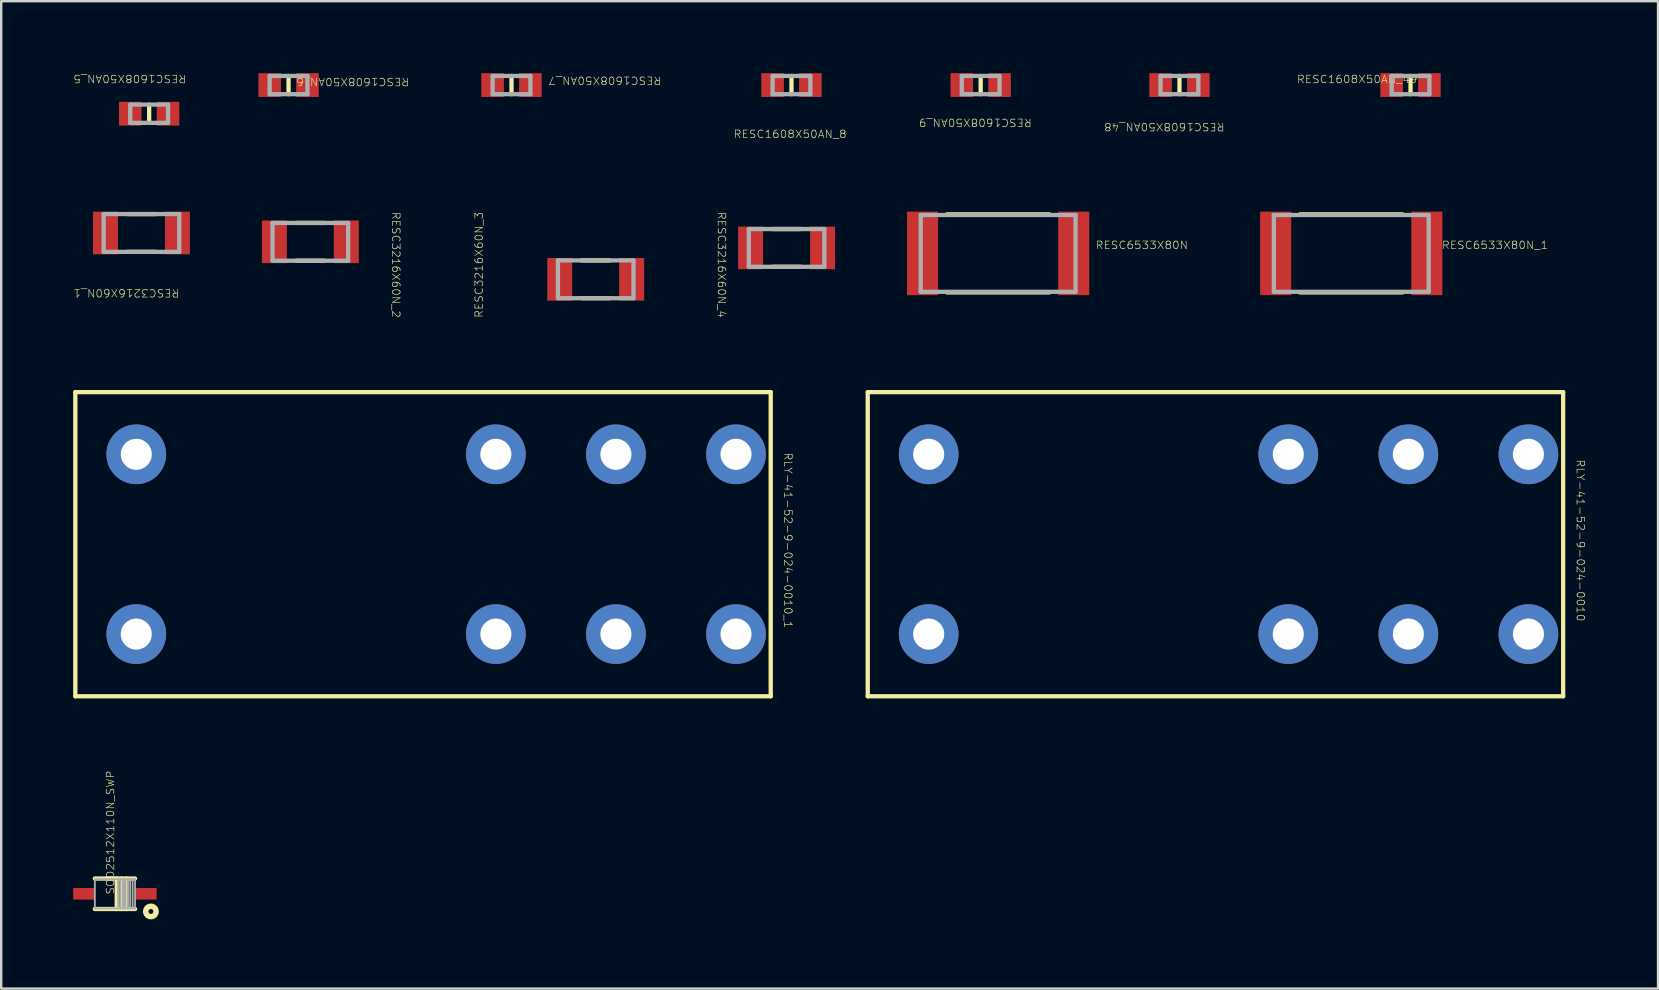
<source format=kicad_pcb>
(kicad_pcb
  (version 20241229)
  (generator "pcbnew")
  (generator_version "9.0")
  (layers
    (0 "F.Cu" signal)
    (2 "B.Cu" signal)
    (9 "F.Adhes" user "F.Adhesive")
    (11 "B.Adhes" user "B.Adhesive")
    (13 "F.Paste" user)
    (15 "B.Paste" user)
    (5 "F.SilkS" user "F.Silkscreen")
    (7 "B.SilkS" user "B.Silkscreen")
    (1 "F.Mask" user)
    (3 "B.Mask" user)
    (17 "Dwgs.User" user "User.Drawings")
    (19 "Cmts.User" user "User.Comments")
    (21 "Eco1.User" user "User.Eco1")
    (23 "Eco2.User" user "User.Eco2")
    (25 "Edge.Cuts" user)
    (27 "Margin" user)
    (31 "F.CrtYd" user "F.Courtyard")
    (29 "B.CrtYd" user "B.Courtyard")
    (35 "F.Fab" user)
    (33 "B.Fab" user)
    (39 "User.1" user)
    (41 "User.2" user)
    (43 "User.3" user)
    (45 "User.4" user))
  (footprint "RESC3216X60N_1"
    (layer "F.Cu")
    (at 2.845 6.659)
    (property "Reference" "RESC3216X60N_1" (at -0.629 2.502 180) (unlocked yes) (layer "F.SilkS") (effects (font (size 0.317 0.333) (thickness 0.025))))
    (attr smd)
    (fp_line (start 0.584 -0.787) (end -0.584 -0.787) (stroke (width 0.178) (type solid)) (layer "F.SilkS"))
    (fp_line (start 0.584 0.787) (end -0.584 0.787) (stroke (width 0.178) (type solid)) (layer "F.SilkS"))
    (fp_line (start -1.575 -0.787) (end -1.575 0.787) (stroke (width 0.178) (type solid)) (layer "F.Fab"))
    (fp_line (start 1.575 -0.787) (end -1.575 -0.787) (stroke (width 0.178) (type solid)) (layer "F.Fab"))
    (fp_line (start 1.575 -0.787) (end 1.575 0.787) (stroke (width 0.178) (type solid)) (layer "F.Fab"))
    (fp_line (start 1.575 0.787) (end -1.575 0.787) (stroke (width 0.178) (type solid)) (layer "F.Fab"))
    (pad "1" smd rect (at 1.499 0 90) (size 1.778 1.041) (layers "F.Cu" "F.Mask" "F.Paste"))
    (pad "2" smd rect (at -1.499 0 90) (size 1.778 1.041) (layers "F.Cu" "F.Mask" "F.Paste")))
  (footprint "RESC3216X60N_4"
    (layer "F.Cu")
    (at 29.731 7.282)
    (property "Reference" "RESC3216X60N_4" (at -2.705 0.705 270) (unlocked yes) (layer "F.SilkS") (effects (font (size 0.317 0.333) (thickness 0.025))))
    (attr smd)
    (fp_line (start 0.584 -0.787) (end -0.584 -0.787) (stroke (width 0.178) (type solid)) (layer "F.SilkS"))
    (fp_line (start 0.584 0.787) (end -0.584 0.787) (stroke (width 0.178) (type solid)) (layer "F.SilkS"))
    (fp_line (start -1.575 -0.787) (end -1.575 0.787) (stroke (width 0.178) (type solid)) (layer "F.Fab"))
    (fp_line (start 1.575 -0.787) (end -1.575 -0.787) (stroke (width 0.178) (type solid)) (layer "F.Fab"))
    (fp_line (start 1.575 -0.787) (end 1.575 0.787) (stroke (width 0.178) (type solid)) (layer "F.Fab"))
    (fp_line (start 1.575 0.787) (end -1.575 0.787) (stroke (width 0.178) (type solid)) (layer "F.Fab"))
    (pad "1" smd rect (at 1.499 0 90) (size 1.778 1.041) (layers "F.Cu" "F.Mask" "F.Paste"))
    (pad "2" smd rect (at -1.499 0 90) (size 1.778 1.041) (layers "F.Cu" "F.Mask" "F.Paste")))
  (footprint "RLY-41-52-9-024-0010"
    (layer "F.Cu")
    (at 35.653 23.376)
    (property "Reference" "RLY-41-52-9-024-0010" (at 27.165 -3.905 270) (unlocked yes) (layer "F.SilkS") (effects (font (size 0.317 0.333) (thickness 0.025))))
    (attr smd)
    (fp_line (start -2.54 -10.084) (end 26.441 -10.084) (stroke (width 0.178) (type solid)) (layer "F.SilkS"))
    (fp_line (start -2.54 2.591) (end -2.54 -10.084) (stroke (width 0.178) (type solid)) (layer "F.SilkS"))
    (fp_line (start -2.54 2.591) (end 26.441 2.591) (stroke (width 0.178) (type solid)) (layer "F.SilkS"))
    (fp_line (start 26.441 2.591) (end 26.441 -10.084) (stroke (width 0.178) (type solid)) (layer "F.SilkS"))
    (pad "11" thru_hole circle (at 19.99 0) (size 2.489 2.489) (drill 1.295) (layers "*.Cu" "*.Mask"))
    (pad "12" thru_hole circle (at 14.986 0) (size 2.489 2.489) (drill 1.295) (layers "*.Cu" "*.Mask"))
    (pad "14" thru_hole circle (at 24.994 0) (size 2.489 2.489) (drill 1.295) (layers "*.Cu" "*.Mask"))
    (pad "21" thru_hole circle (at 19.99 -7.493) (size 2.489 2.489) (drill 1.295) (layers "*.Cu" "*.Mask"))
    (pad "22" thru_hole circle (at 14.986 -7.493) (size 2.489 2.489) (drill 1.295) (layers "*.Cu" "*.Mask"))
    (pad "24" thru_hole circle (at 24.994 -7.493) (size 2.489 2.489) (drill 1.295) (layers "*.Cu" "*.Mask"))
    (pad "A1" thru_hole circle (at 0 0) (size 2.489 2.489) (drill 1.295) (layers "*.Cu" "*.Mask"))
    (pad "A2" thru_hole circle (at 0 -7.493) (size 2.489 2.489) (drill 1.295) (layers "*.Cu" "*.Mask")))
  (footprint "RESC1608X50AN_7"
    (layer "F.Cu")
    (at 18.267 0.495)
    (property "Reference" "RESC1608X50AN_7" (at 3.893 -0.191 180) (unlocked yes) (layer "F.SilkS") (effects (font (size 0.317 0.333) (thickness 0.025))))
    (attr smd)
    (fp_line (start 0 -0.381) (end 0 0.381) (stroke (width 0.178) (type solid)) (layer "F.SilkS"))
    (fp_line (start -0.787 -0.381) (end -0.787 0.381) (stroke (width 0.178) (type solid)) (layer "F.Fab"))
    (fp_line (start 0.787 -0.381) (end -0.787 -0.381) (stroke (width 0.178) (type solid)) (layer "F.Fab"))
    (fp_line (start 0.787 -0.381) (end 0.787 0.381) (stroke (width 0.178) (type solid)) (layer "F.Fab"))
    (fp_line (start 0.787 0.381) (end -0.787 0.381) (stroke (width 0.178) (type solid)) (layer "F.Fab"))
    (pad "1" smd rect (at 0.787 0 90) (size 0.991 0.94) (layers "F.Cu" "F.Mask" "F.Paste"))
    (pad "2" smd rect (at -0.787 0 90) (size 0.991 0.94) (layers "F.Cu" "F.Mask" "F.Paste")))
  (footprint "RESC1608X50AN_6"
    (layer "F.Cu")
    (at 8.976 0.495)
    (property "Reference" "RESC1608X50AN_6" (at 2.673 -0.14 180) (unlocked yes) (layer "F.SilkS") (effects (font (size 0.317 0.333) (thickness 0.025))))
    (attr smd)
    (fp_line (start 0 -0.381) (end 0 0.381) (stroke (width 0.178) (type solid)) (layer "F.SilkS"))
    (fp_line (start -0.787 -0.381) (end -0.787 0.381) (stroke (width 0.178) (type solid)) (layer "F.Fab"))
    (fp_line (start 0.787 -0.381) (end -0.787 -0.381) (stroke (width 0.178) (type solid)) (layer "F.Fab"))
    (fp_line (start 0.787 -0.381) (end 0.787 0.381) (stroke (width 0.178) (type solid)) (layer "F.Fab"))
    (fp_line (start 0.787 0.381) (end -0.787 0.381) (stroke (width 0.178) (type solid)) (layer "F.Fab"))
    (pad "1" smd rect (at 0.787 0 90) (size 0.991 0.94) (layers "F.Cu" "F.Mask" "F.Paste"))
    (pad "2" smd rect (at -0.787 0 90) (size 0.991 0.94) (layers "F.Cu" "F.Mask" "F.Paste")))
  (footprint "RLY-41-52-9-024-0010_1"
    (layer "F.Cu")
    (at 2.629 23.376)
    (property "Reference" "RLY-41-52-9-024-0010_1" (at 27.165 -3.905 270) (unlocked yes) (layer "F.SilkS") (effects (font (size 0.317 0.333) (thickness 0.025))))
    (attr smd)
    (fp_line (start -2.54 -10.084) (end 26.441 -10.084) (stroke (width 0.178) (type solid)) (layer "F.SilkS"))
    (fp_line (start -2.54 2.591) (end -2.54 -10.084) (stroke (width 0.178) (type solid)) (layer "F.SilkS"))
    (fp_line (start -2.54 2.591) (end 26.441 2.591) (stroke (width 0.178) (type solid)) (layer "F.SilkS"))
    (fp_line (start 26.441 2.591) (end 26.441 -10.084) (stroke (width 0.178) (type solid)) (layer "F.SilkS"))
    (pad "11" thru_hole circle (at 19.99 0) (size 2.489 2.489) (drill 1.295) (layers "*.Cu" "*.Mask"))
    (pad "12" thru_hole circle (at 14.986 0) (size 2.489 2.489) (drill 1.295) (layers "*.Cu" "*.Mask"))
    (pad "14" thru_hole circle (at 24.994 0) (size 2.489 2.489) (drill 1.295) (layers "*.Cu" "*.Mask"))
    (pad "21" thru_hole circle (at 19.99 -7.493) (size 2.489 2.489) (drill 1.295) (layers "*.Cu" "*.Mask"))
    (pad "22" thru_hole circle (at 14.986 -7.493) (size 2.489 2.489) (drill 1.295) (layers "*.Cu" "*.Mask"))
    (pad "24" thru_hole circle (at 24.994 -7.493) (size 2.489 2.489) (drill 1.295) (layers "*.Cu" "*.Mask"))
    (pad "A1" thru_hole circle (at 0 0) (size 2.489 2.489) (drill 1.295) (layers "*.Cu" "*.Mask"))
    (pad "A2" thru_hole circle (at 0 -7.493) (size 2.489 2.489) (drill 1.295) (layers "*.Cu" "*.Mask")))
  (footprint "RESC1608X50AN_49"
    (layer "F.Cu")
    (at 55.734 0.495)
    (property "Reference" "RESC1608X50AN_49" (at -2.223 -0.241 0) (unlocked yes) (layer "F.SilkS") (effects (font (size 0.317 0.333) (thickness 0.025))))
    (attr smd)
    (fp_line (start 0 -0.381) (end 0 0.381) (stroke (width 0.178) (type solid)) (layer "F.SilkS"))
    (fp_line (start -0.787 -0.381) (end -0.787 0.381) (stroke (width 0.178) (type solid)) (layer "F.Fab"))
    (fp_line (start 0.787 -0.381) (end -0.787 -0.381) (stroke (width 0.178) (type solid)) (layer "F.Fab"))
    (fp_line (start 0.787 -0.381) (end 0.787 0.381) (stroke (width 0.178) (type solid)) (layer "F.Fab"))
    (fp_line (start 0.787 0.381) (end -0.787 0.381) (stroke (width 0.178) (type solid)) (layer "F.Fab"))
    (pad "1" smd rect (at 0.787 0 90) (size 0.991 0.94) (layers "F.Cu" "F.Mask" "F.Paste"))
    (pad "2" smd rect (at -0.787 0 90) (size 0.991 0.94) (layers "F.Cu" "F.Mask" "F.Paste")))
  (footprint "RESC3216X60N_3"
    (layer "F.Cu")
    (at 21.776 8.59)
    (property "Reference" "RESC3216X60N_3" (at -4.864 -0.603 90) (unlocked yes) (layer "F.SilkS") (effects (font (size 0.317 0.333) (thickness 0.025))))
    (attr smd)
    (fp_line (start 0.584 -0.787) (end -0.584 -0.787) (stroke (width 0.178) (type solid)) (layer "F.SilkS"))
    (fp_line (start 0.584 0.787) (end -0.584 0.787) (stroke (width 0.178) (type solid)) (layer "F.SilkS"))
    (fp_line (start -1.575 -0.787) (end -1.575 0.787) (stroke (width 0.178) (type solid)) (layer "F.Fab"))
    (fp_line (start 1.575 -0.787) (end -1.575 -0.787) (stroke (width 0.178) (type solid)) (layer "F.Fab"))
    (fp_line (start 1.575 -0.787) (end 1.575 0.787) (stroke (width 0.178) (type solid)) (layer "F.Fab"))
    (fp_line (start 1.575 0.787) (end -1.575 0.787) (stroke (width 0.178) (type solid)) (layer "F.Fab"))
    (pad "1" smd rect (at 1.499 0 90) (size 1.778 1.041) (layers "F.Cu" "F.Mask" "F.Paste"))
    (pad "2" smd rect (at -1.499 0 90) (size 1.778 1.041) (layers "F.Cu" "F.Mask" "F.Paste")))
  (footprint "RESC1608X50AN_5"
    (layer "F.Cu")
    (at 3.166 1.69)
    (property "Reference" "RESC1608X50AN_5" (at -0.806 -1.46 180) (unlocked yes) (layer "F.SilkS") (effects (font (size 0.317 0.333) (thickness 0.025))))
    (attr smd)
    (fp_line (start 0 -0.381) (end 0 0.381) (stroke (width 0.178) (type solid)) (layer "F.SilkS"))
    (fp_line (start -0.787 -0.381) (end -0.787 0.381) (stroke (width 0.178) (type solid)) (layer "F.Fab"))
    (fp_line (start 0.787 -0.381) (end -0.787 -0.381) (stroke (width 0.178) (type solid)) (layer "F.Fab"))
    (fp_line (start 0.787 -0.381) (end 0.787 0.381) (stroke (width 0.178) (type solid)) (layer "F.Fab"))
    (fp_line (start 0.787 0.381) (end -0.787 0.381) (stroke (width 0.178) (type solid)) (layer "F.Fab"))
    (pad "1" smd rect (at 0.787 0 90) (size 0.991 0.94) (layers "F.Cu" "F.Mask" "F.Paste"))
    (pad "2" smd rect (at -0.787 0 90) (size 0.991 0.94) (layers "F.Cu" "F.Mask" "F.Paste")))
  (footprint "RESC1608X50AN_9"
    (layer "F.Cu")
    (at 37.82 0.495)
    (property "Reference" "RESC1608X50AN_9" (at -0.222 1.562 180) (unlocked yes) (layer "F.SilkS") (effects (font (size 0.317 0.333) (thickness 0.025))))
    (attr smd)
    (fp_line (start 0 -0.381) (end 0 0.381) (stroke (width 0.178) (type solid)) (layer "F.SilkS"))
    (fp_line (start -0.787 -0.381) (end -0.787 0.381) (stroke (width 0.178) (type solid)) (layer "F.Fab"))
    (fp_line (start 0.787 -0.381) (end -0.787 -0.381) (stroke (width 0.178) (type solid)) (layer "F.Fab"))
    (fp_line (start 0.787 -0.381) (end 0.787 0.381) (stroke (width 0.178) (type solid)) (layer "F.Fab"))
    (fp_line (start 0.787 0.381) (end -0.787 0.381) (stroke (width 0.178) (type solid)) (layer "F.Fab"))
    (pad "1" smd rect (at 0.787 0 90) (size 0.991 0.94) (layers "F.Cu" "F.Mask" "F.Paste"))
    (pad "2" smd rect (at -0.787 0 90) (size 0.991 0.94) (layers "F.Cu" "F.Mask" "F.Paste")))
  (footprint "SOD2512X110N_SWP"
    (layer "F.Cu")
    (at 1.74 34.198)
    (property "Reference" "SOD2512X110N_SWP" (at -0.191 -2.553 90) (unlocked yes) (layer "F.SilkS") (effects (font (size 0.317 0.333) (thickness 0.025))))
    (attr smd)
    (fp_line (start 0.076 -0.635) (end 0.076 0.635) (stroke (width 0.178) (type solid)) (layer "F.SilkS"))
    (fp_line (start 0.279 -0.635) (end 0.279 0.635) (stroke (width 0.178) (type solid)) (layer "F.SilkS"))
    (fp_line (start 0.483 -0.635) (end 0.483 0.635) (stroke (width 0.178) (type solid)) (layer "F.SilkS"))
    (fp_line (start 0.838 -0.635) (end -0.838 -0.635) (stroke (width 0.178) (type solid)) (layer "F.SilkS"))
    (fp_line (start 0.838 0.635) (end -0.838 0.635) (stroke (width 0.178) (type solid)) (layer "F.SilkS"))
    (fp_arc (start 1.397 0.7366) (mid 1.6002 0.7366) (end 1.397 0.7366) (stroke (width 0.2286) (type solid)) (layer "F.SilkS"))
    (fp_line (start -0.838 -0.61) (end -0.838 0.61) (stroke (width 0.076) (type solid)) (layer "F.Fab"))
    (fp_line (start 0.127 -0.61) (end 0.127 0.61) (stroke (width 0.076) (type solid)) (layer "F.Fab"))
    (fp_line (start 0.229 -0.61) (end 0.229 0.61) (stroke (width 0.076) (type solid)) (layer "F.Fab"))
    (fp_line (start 0.33 -0.61) (end 0.33 0.61) (stroke (width 0.076) (type solid)) (layer "F.Fab"))
    (fp_line (start 0.432 -0.61) (end 0.432 0.61) (stroke (width 0.076) (type solid)) (layer "F.Fab"))
    (fp_line (start 0.533 -0.61) (end 0.533 0.61) (stroke (width 0.076) (type solid)) (layer "F.Fab"))
    (fp_line (start 0.635 -0.61) (end 0.635 0.61) (stroke (width 0.076) (type solid)) (layer "F.Fab"))
    (fp_line (start 0.737 -0.61) (end 0.737 0.61) (stroke (width 0.076) (type solid)) (layer "F.Fab"))
    (fp_line (start 0.838 -0.61) (end -0.838 -0.61) (stroke (width 0.076) (type solid)) (layer "F.Fab"))
    (fp_line (start 0.838 -0.61) (end 0.838 0.61) (stroke (width 0.076) (type solid)) (layer "F.Fab"))
    (fp_line (start 0.838 0.61) (end -0.838 0.61) (stroke (width 0.076) (type solid)) (layer "F.Fab"))
    (pad "1" smd rect (at -1.295 0) (size 0.889 0.483) (layers "F.Cu" "F.Mask" "F.Paste"))
    (pad "2" smd rect (at 1.295 0) (size 0.889 0.483) (layers "F.Cu" "F.Mask" "F.Paste")))
  (footprint "RESC1608X50AN_8"
    (layer "F.Cu")
    (at 29.935 0.495)
    (property "Reference" "RESC1608X50AN_8" (at -0.057 2.045 0) (unlocked yes) (layer "F.SilkS") (effects (font (size 0.317 0.333) (thickness 0.025))))
    (attr smd)
    (fp_line (start 0 -0.381) (end 0 0.381) (stroke (width 0.178) (type solid)) (layer "F.SilkS"))
    (fp_line (start -0.787 -0.381) (end -0.787 0.381) (stroke (width 0.178) (type solid)) (layer "F.Fab"))
    (fp_line (start 0.787 -0.381) (end -0.787 -0.381) (stroke (width 0.178) (type solid)) (layer "F.Fab"))
    (fp_line (start 0.787 -0.381) (end 0.787 0.381) (stroke (width 0.178) (type solid)) (layer "F.Fab"))
    (fp_line (start 0.787 0.381) (end -0.787 0.381) (stroke (width 0.178) (type solid)) (layer "F.Fab"))
    (pad "1" smd rect (at 0.787 0 90) (size 0.991 0.94) (layers "F.Cu" "F.Mask" "F.Paste"))
    (pad "2" smd rect (at -0.787 0 90) (size 0.991 0.94) (layers "F.Cu" "F.Mask" "F.Paste")))
  (footprint "RESC6533X80N_1"
    (layer "F.Cu")
    (at 53.264 7.51)
    (property "Reference" "RESC6533X80N_1" (at 5.988 -0.343 0) (unlocked yes) (layer "F.SilkS") (effects (font (size 0.317 0.333) (thickness 0.025))))
    (attr smd)
    (fp_line (start 2.134 -1.626) (end -2.134 -1.626) (stroke (width 0.178) (type solid)) (layer "F.SilkS"))
    (fp_line (start 2.134 1.626) (end -2.134 1.626) (stroke (width 0.178) (type solid)) (layer "F.SilkS"))
    (fp_line (start -3.226 -1.6) (end -3.226 1.6) (stroke (width 0.178) (type solid)) (layer "F.Fab"))
    (fp_line (start 3.226 -1.6) (end -3.226 -1.6) (stroke (width 0.178) (type solid)) (layer "F.Fab"))
    (fp_line (start 3.226 -1.6) (end 3.226 1.6) (stroke (width 0.178) (type solid)) (layer "F.Fab"))
    (fp_line (start 3.226 1.6) (end -3.226 1.6) (stroke (width 0.178) (type solid)) (layer "F.Fab"))
    (pad "1" smd rect (at 3.15 0 90) (size 3.48 1.295) (layers "F.Cu" "F.Mask" "F.Paste"))
    (pad "2" smd rect (at -3.15 0 90) (size 3.48 1.295) (layers "F.Cu" "F.Mask" "F.Paste")))
  (footprint "RESC6533X80N"
    (layer "F.Cu")
    (at 38.547 7.51)
    (property "Reference" "RESC6533X80N" (at 5.988 -0.343 0) (unlocked yes) (layer "F.SilkS") (effects (font (size 0.317 0.333) (thickness 0.025))))
    (attr smd)
    (fp_line (start 2.134 -1.626) (end -2.134 -1.626) (stroke (width 0.178) (type solid)) (layer "F.SilkS"))
    (fp_line (start 2.134 1.626) (end -2.134 1.626) (stroke (width 0.178) (type solid)) (layer "F.SilkS"))
    (fp_line (start -3.226 -1.6) (end -3.226 1.6) (stroke (width 0.178) (type solid)) (layer "F.Fab"))
    (fp_line (start 3.226 -1.6) (end -3.226 -1.6) (stroke (width 0.178) (type solid)) (layer "F.Fab"))
    (fp_line (start 3.226 -1.6) (end 3.226 1.6) (stroke (width 0.178) (type solid)) (layer "F.Fab"))
    (fp_line (start 3.226 1.6) (end -3.226 1.6) (stroke (width 0.178) (type solid)) (layer "F.Fab"))
    (pad "1" smd rect (at 3.15 0 90) (size 3.48 1.295) (layers "F.Cu" "F.Mask" "F.Paste"))
    (pad "2" smd rect (at -3.15 0 90) (size 3.48 1.295) (layers "F.Cu" "F.Mask" "F.Paste")))
  (footprint "RESC3216X60N_2"
    (layer "F.Cu")
    (at 9.884 7.028)
    (property "Reference" "RESC3216X60N_2" (at 3.569 0.959 270) (unlocked yes) (layer "F.SilkS") (effects (font (size 0.317 0.333) (thickness 0.025))))
    (attr smd)
    (fp_line (start 0.584 -0.787) (end -0.584 -0.787) (stroke (width 0.178) (type solid)) (layer "F.SilkS"))
    (fp_line (start 0.584 0.787) (end -0.584 0.787) (stroke (width 0.178) (type solid)) (layer "F.SilkS"))
    (fp_line (start -1.575 -0.787) (end -1.575 0.787) (stroke (width 0.178) (type solid)) (layer "F.Fab"))
    (fp_line (start 1.575 -0.787) (end -1.575 -0.787) (stroke (width 0.178) (type solid)) (layer "F.Fab"))
    (fp_line (start 1.575 -0.787) (end 1.575 0.787) (stroke (width 0.178) (type solid)) (layer "F.Fab"))
    (fp_line (start 1.575 0.787) (end -1.575 0.787) (stroke (width 0.178) (type solid)) (layer "F.Fab"))
    (pad "1" smd rect (at 1.499 0 90) (size 1.778 1.041) (layers "F.Cu" "F.Mask" "F.Paste"))
    (pad "2" smd rect (at -1.499 0 90) (size 1.778 1.041) (layers "F.Cu" "F.Mask" "F.Paste")))
  (footprint "RESC1608X50AN_48"
    (layer "F.Cu")
    (at 46.104 0.495)
    (property "Reference" "RESC1608X50AN_48" (at -0.629 1.74 180) (unlocked yes) (layer "F.SilkS") (effects (font (size 0.317 0.333) (thickness 0.025))))
    (attr smd)
    (fp_line (start 0 -0.381) (end 0 0.381) (stroke (width 0.178) (type solid)) (layer "F.SilkS"))
    (fp_line (start -0.787 -0.381) (end -0.787 0.381) (stroke (width 0.178) (type solid)) (layer "F.Fab"))
    (fp_line (start 0.787 -0.381) (end -0.787 -0.381) (stroke (width 0.178) (type solid)) (layer "F.Fab"))
    (fp_line (start 0.787 -0.381) (end 0.787 0.381) (stroke (width 0.178) (type solid)) (layer "F.Fab"))
    (fp_line (start 0.787 0.381) (end -0.787 0.381) (stroke (width 0.178) (type solid)) (layer "F.Fab"))
    (pad "1" smd rect (at 0.787 0 90) (size 0.991 0.94) (layers "F.Cu" "F.Mask" "F.Paste"))
    (pad "2" smd rect (at -0.787 0 90) (size 0.991 0.94) (layers "F.Cu" "F.Mask" "F.Paste")))
  (gr_rect
    (start -3 -3)
    (end 66.048 38.151)
    (stroke (width 0.1) (type default))
    (fill no)
    (layer "Edge.Cuts")))
</source>
